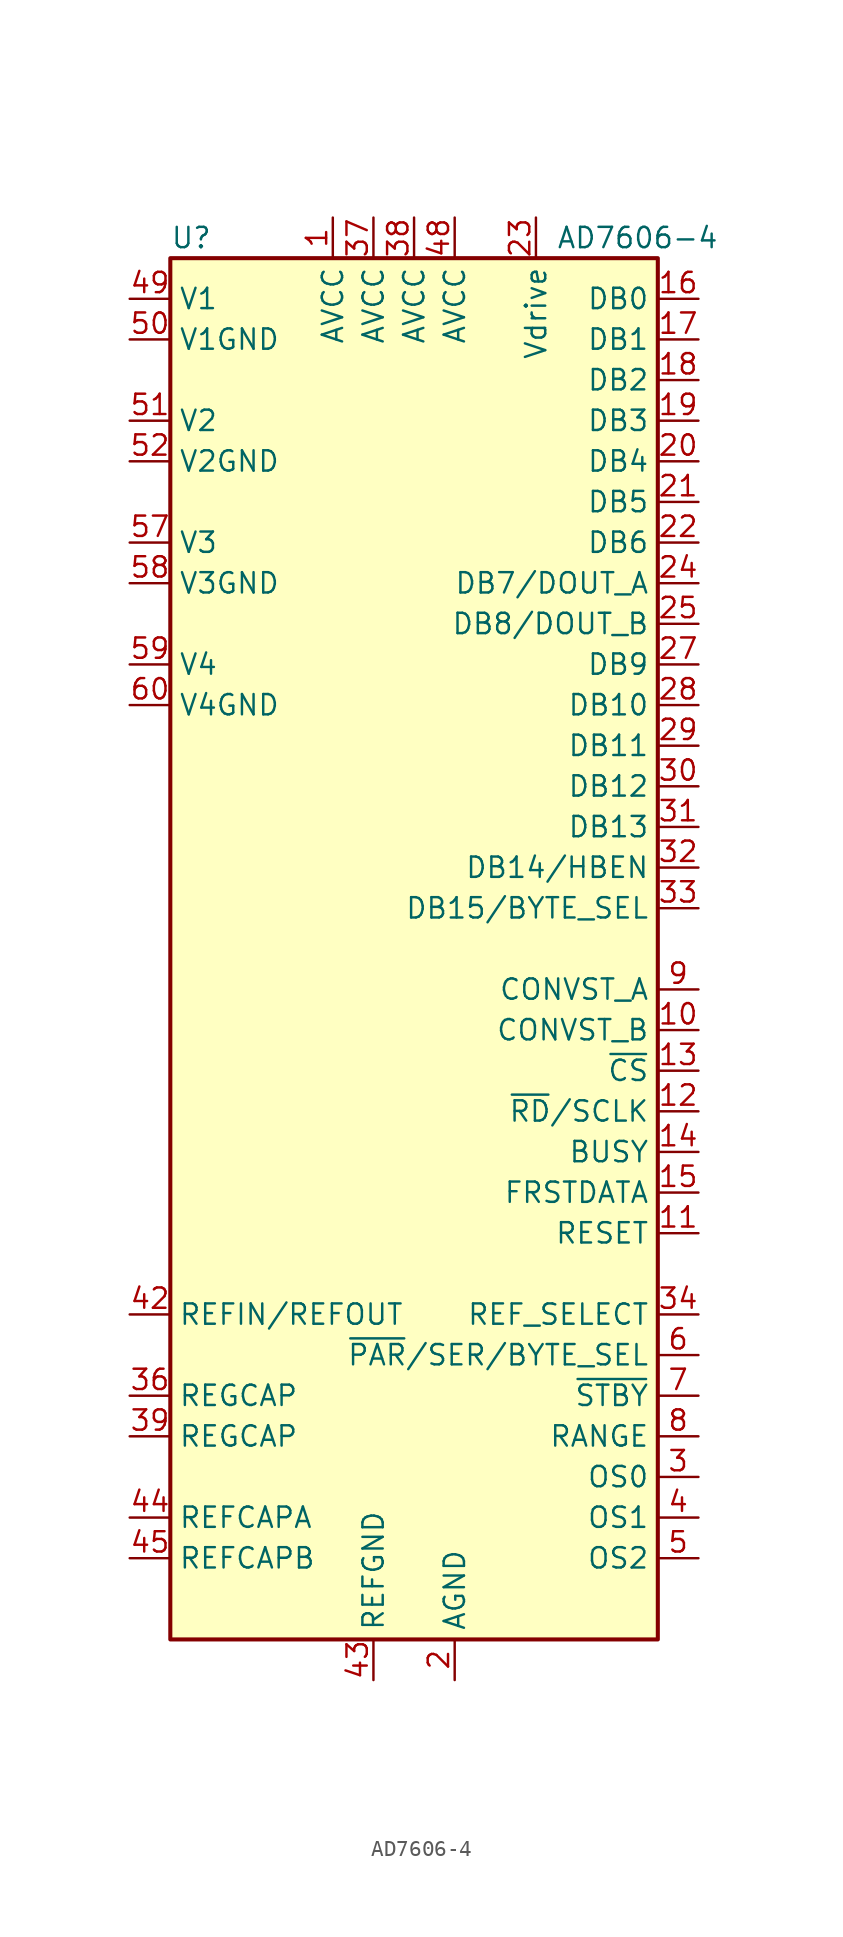
<source format=kicad_sym>
(kicad_symbol_lib
  (version 20211014)
  (generator kicad_symbol_editor)
  (symbol "AD7606-4"
    (property "Reference" "U"
      (at -15.24 44.45 0)
      (effects (font (size 1.27 1.27)) (justify left)))
    (property "Value" "AD7606-4"
      (at 8.89 44.45 0)
      (effects (font (size 1.27 1.27)) (justify left)))
    (symbol "AD7606-4_1_1"
      (rectangle (start -15.24 43.18) (end 15.24 -43.18) (stroke (width 0.254) (type default) (color 0 0 0 0)) (fill (type background)))
      (pin power_in line (at -5.08 45.72 270) (length 2.54) (name "AVCC" (effects (font (size 1.27 1.27)))) (number "1" (effects (font (size 1.27 1.27)))))
      (pin input line (at 17.78 -5.08 180) (length 2.54) (name "CONVST_B" (effects (font (size 1.27 1.27)))) (number "10" (effects (font (size 1.27 1.27)))))
      (pin input line (at 17.78 -17.78 180) (length 2.54) (name "RESET" (effects (font (size 1.27 1.27)))) (number "11" (effects (font (size 1.27 1.27)))))
      (pin input line (at 17.78 -10.16 180) (length 2.54) (name "~{RD}/SCLK" (effects (font (size 1.27 1.27)))) (number "12" (effects (font (size 1.27 1.27)))))
      (pin input line (at 17.78 -7.62 180) (length 2.54) (name "~{CS}" (effects (font (size 1.27 1.27)))) (number "13" (effects (font (size 1.27 1.27)))))
      (pin output line (at 17.78 -12.7 180) (length 2.54) (name "BUSY" (effects (font (size 1.27 1.27)))) (number "14" (effects (font (size 1.27 1.27)))))
      (pin output line (at 17.78 -15.24 180) (length 2.54) (name "FRSTDATA" (effects (font (size 1.27 1.27)))) (number "15" (effects (font (size 1.27 1.27)))))
      (pin output line (at 17.78 40.64 180) (length 2.54) (name "DB0" (effects (font (size 1.27 1.27)))) (number "16" (effects (font (size 1.27 1.27)))))
      (pin output line (at 17.78 38.1 180) (length 2.54) (name "DB1" (effects (font (size 1.27 1.27)))) (number "17" (effects (font (size 1.27 1.27)))))
      (pin output line (at 17.78 35.56 180) (length 2.54) (name "DB2" (effects (font (size 1.27 1.27)))) (number "18" (effects (font (size 1.27 1.27)))))
      (pin output line (at 17.78 33.02 180) (length 2.54) (name "DB3" (effects (font (size 1.27 1.27)))) (number "19" (effects (font (size 1.27 1.27)))))
      (pin power_in line (at 2.54 -45.72 90) (length 2.54) (name "AGND" (effects (font (size 1.27 1.27)))) (number "2" (effects (font (size 1.27 1.27)))))
      (pin output line (at 17.78 30.48 180) (length 2.54) (name "DB4" (effects (font (size 1.27 1.27)))) (number "20" (effects (font (size 1.27 1.27)))))
      (pin output line (at 17.78 27.94 180) (length 2.54) (name "DB5" (effects (font (size 1.27 1.27)))) (number "21" (effects (font (size 1.27 1.27)))))
      (pin output line (at 17.78 25.4 180) (length 2.54) (name "DB6" (effects (font (size 1.27 1.27)))) (number "22" (effects (font (size 1.27 1.27)))))
      (pin power_in line (at 7.62 45.72 270) (length 2.54) (name "Vdrive" (effects (font (size 1.27 1.27)))) (number "23" (effects (font (size 1.27 1.27)))))
      (pin output line (at 17.78 22.86 180) (length 2.54) (name "DB7/DOUT_A" (effects (font (size 1.27 1.27)))) (number "24" (effects (font (size 1.27 1.27)))))
      (pin output line (at 17.78 20.32 180) (length 2.54) (name "DB8/DOUT_B" (effects (font (size 1.27 1.27)))) (number "25" (effects (font (size 1.27 1.27)))))
      (pin passive line (at 2.54 -45.72 90) (length 2.54) hide (name "AGND" (effects (font (size 1.27 1.27)))) (number "26" (effects (font (size 1.27 1.27)))))
      (pin output line (at 17.78 17.78 180) (length 2.54) (name "DB9" (effects (font (size 1.27 1.27)))) (number "27" (effects (font (size 1.27 1.27)))))
      (pin output line (at 17.78 15.24 180) (length 2.54) (name "DB10" (effects (font (size 1.27 1.27)))) (number "28" (effects (font (size 1.27 1.27)))))
      (pin output line (at 17.78 12.7 180) (length 2.54) (name "DB11" (effects (font (size 1.27 1.27)))) (number "29" (effects (font (size 1.27 1.27)))))
      (pin input line (at 17.78 -33.02 180) (length 2.54) (name "OS0" (effects (font (size 1.27 1.27)))) (number "3" (effects (font (size 1.27 1.27)))))
      (pin output line (at 17.78 10.16 180) (length 2.54) (name "DB12" (effects (font (size 1.27 1.27)))) (number "30" (effects (font (size 1.27 1.27)))))
      (pin output line (at 17.78 7.62 180) (length 2.54) (name "DB13" (effects (font (size 1.27 1.27)))) (number "31" (effects (font (size 1.27 1.27)))))
      (pin bidirectional line (at 17.78 5.08 180) (length 2.54) (name "DB14/HBEN" (effects (font (size 1.27 1.27)))) (number "32" (effects (font (size 1.27 1.27)))))
      (pin bidirectional line (at 17.78 2.54 180) (length 2.54) (name "DB15/BYTE_SEL" (effects (font (size 1.27 1.27)))) (number "33" (effects (font (size 1.27 1.27)))))
      (pin input line (at 17.78 -22.86 180) (length 2.54) (name "REF_SELECT" (effects (font (size 1.27 1.27)))) (number "34" (effects (font (size 1.27 1.27)))))
      (pin passive line (at 2.54 -45.72 90) (length 2.54) hide (name "AGND" (effects (font (size 1.27 1.27)))) (number "35" (effects (font (size 1.27 1.27)))))
      (pin passive line (at -17.78 -27.94 0) (length 2.54) (name "REGCAP" (effects (font (size 1.27 1.27)))) (number "36" (effects (font (size 1.27 1.27)))))
      (pin power_in line (at -2.54 45.72 270) (length 2.54) (name "AVCC" (effects (font (size 1.27 1.27)))) (number "37" (effects (font (size 1.27 1.27)))))
      (pin power_in line (at 0 45.72 270) (length 2.54) (name "AVCC" (effects (font (size 1.27 1.27)))) (number "38" (effects (font (size 1.27 1.27)))))
      (pin passive line (at -17.78 -30.48 0) (length 2.54) (name "REGCAP" (effects (font (size 1.27 1.27)))) (number "39" (effects (font (size 1.27 1.27)))))
      (pin input line (at 17.78 -35.56 180) (length 2.54) (name "OS1" (effects (font (size 1.27 1.27)))) (number "4" (effects (font (size 1.27 1.27)))))
      (pin passive line (at 2.54 -45.72 90) (length 2.54) hide (name "AGND" (effects (font (size 1.27 1.27)))) (number "40" (effects (font (size 1.27 1.27)))))
      (pin passive line (at 2.54 -45.72 90) (length 2.54) hide (name "AGND" (effects (font (size 1.27 1.27)))) (number "41" (effects (font (size 1.27 1.27)))))
      (pin passive line (at -17.78 -22.86 0) (length 2.54) (name "REFIN/REFOUT" (effects (font (size 1.27 1.27)))) (number "42" (effects (font (size 1.27 1.27)))))
      (pin power_in line (at -2.54 -45.72 90) (length 2.54) (name "REFGND" (effects (font (size 1.27 1.27)))) (number "43" (effects (font (size 1.27 1.27)))))
      (pin passive line (at -17.78 -35.56 0) (length 2.54) (name "REFCAPA" (effects (font (size 1.27 1.27)))) (number "44" (effects (font (size 1.27 1.27)))))
      (pin passive line (at -17.78 -38.1 0) (length 2.54) (name "REFCAPB" (effects (font (size 1.27 1.27)))) (number "45" (effects (font (size 1.27 1.27)))))
      (pin passive line (at -2.54 -45.72 90) (length 2.54) hide (name "REFGND" (effects (font (size 1.27 1.27)))) (number "46" (effects (font (size 1.27 1.27)))))
      (pin passive line (at 2.54 -45.72 90) (length 2.54) hide (name "AGND" (effects (font (size 1.27 1.27)))) (number "47" (effects (font (size 1.27 1.27)))))
      (pin power_in line (at 2.54 45.72 270) (length 2.54) (name "AVCC" (effects (font (size 1.27 1.27)))) (number "48" (effects (font (size 1.27 1.27)))))
      (pin input line (at -17.78 40.64 0) (length 2.54) (name "V1" (effects (font (size 1.27 1.27)))) (number "49" (effects (font (size 1.27 1.27)))))
      (pin input line (at 17.78 -38.1 180) (length 2.54) (name "OS2" (effects (font (size 1.27 1.27)))) (number "5" (effects (font (size 1.27 1.27)))))
      (pin input line (at -17.78 38.1 0) (length 2.54) (name "V1GND" (effects (font (size 1.27 1.27)))) (number "50" (effects (font (size 1.27 1.27)))))
      (pin input line (at -17.78 33.02 0) (length 2.54) (name "V2" (effects (font (size 1.27 1.27)))) (number "51" (effects (font (size 1.27 1.27)))))
      (pin input line (at -17.78 30.48 0) (length 2.54) (name "V2GND" (effects (font (size 1.27 1.27)))) (number "52" (effects (font (size 1.27 1.27)))))
      (pin passive line (at 2.54 -45.72 90) (length 2.54) hide (name "AGND" (effects (font (size 1.27 1.27)))) (number "53" (effects (font (size 1.27 1.27)))))
      (pin passive line (at 2.54 -45.72 90) (length 2.54) hide (name "AGND" (effects (font (size 1.27 1.27)))) (number "54" (effects (font (size 1.27 1.27)))))
      (pin passive line (at 2.54 -45.72 90) (length 2.54) hide (name "AGND" (effects (font (size 1.27 1.27)))) (number "55" (effects (font (size 1.27 1.27)))))
      (pin passive line (at 2.54 -45.72 90) (length 2.54) hide (name "AGND" (effects (font (size 1.27 1.27)))) (number "56" (effects (font (size 1.27 1.27)))))
      (pin input line (at -17.78 25.4 0) (length 2.54) (name "V3" (effects (font (size 1.27 1.27)))) (number "57" (effects (font (size 1.27 1.27)))))
      (pin input line (at -17.78 22.86 0) (length 2.54) (name "V3GND" (effects (font (size 1.27 1.27)))) (number "58" (effects (font (size 1.27 1.27)))))
      (pin input line (at -17.78 17.78 0) (length 2.54) (name "V4" (effects (font (size 1.27 1.27)))) (number "59" (effects (font (size 1.27 1.27)))))
      (pin input line (at 17.78 -25.4 180) (length 2.54) (name "~{PAR}/SER/BYTE_SEL" (effects (font (size 1.27 1.27)))) (number "6" (effects (font (size 1.27 1.27)))))
      (pin input line (at -17.78 15.24 0) (length 2.54) (name "V4GND" (effects (font (size 1.27 1.27)))) (number "60" (effects (font (size 1.27 1.27)))))
      (pin passive line (at 2.54 -45.72 90) (length 2.54) hide (name "AGND" (effects (font (size 1.27 1.27)))) (number "61" (effects (font (size 1.27 1.27)))))
      (pin passive line (at 2.54 -45.72 90) (length 2.54) hide (name "AGND" (effects (font (size 1.27 1.27)))) (number "62" (effects (font (size 1.27 1.27)))))
      (pin passive line (at 2.54 -45.72 90) (length 2.54) hide (name "AGND" (effects (font (size 1.27 1.27)))) (number "63" (effects (font (size 1.27 1.27)))))
      (pin passive line (at 2.54 -45.72 90) (length 2.54) hide (name "AGND" (effects (font (size 1.27 1.27)))) (number "64" (effects (font (size 1.27 1.27)))))
      (pin input line (at 17.78 -27.94 180) (length 2.54) (name "~{STBY}" (effects (font (size 1.27 1.27)))) (number "7" (effects (font (size 1.27 1.27)))))
      (pin input line (at 17.78 -30.48 180) (length 2.54) (name "RANGE" (effects (font (size 1.27 1.27)))) (number "8" (effects (font (size 1.27 1.27)))))
      (pin input line (at 17.78 -2.54 180) (length 2.54) (name "CONVST_A" (effects (font (size 1.27 1.27)))) (number "9" (effects (font (size 1.27 1.27))))))))
</source>
